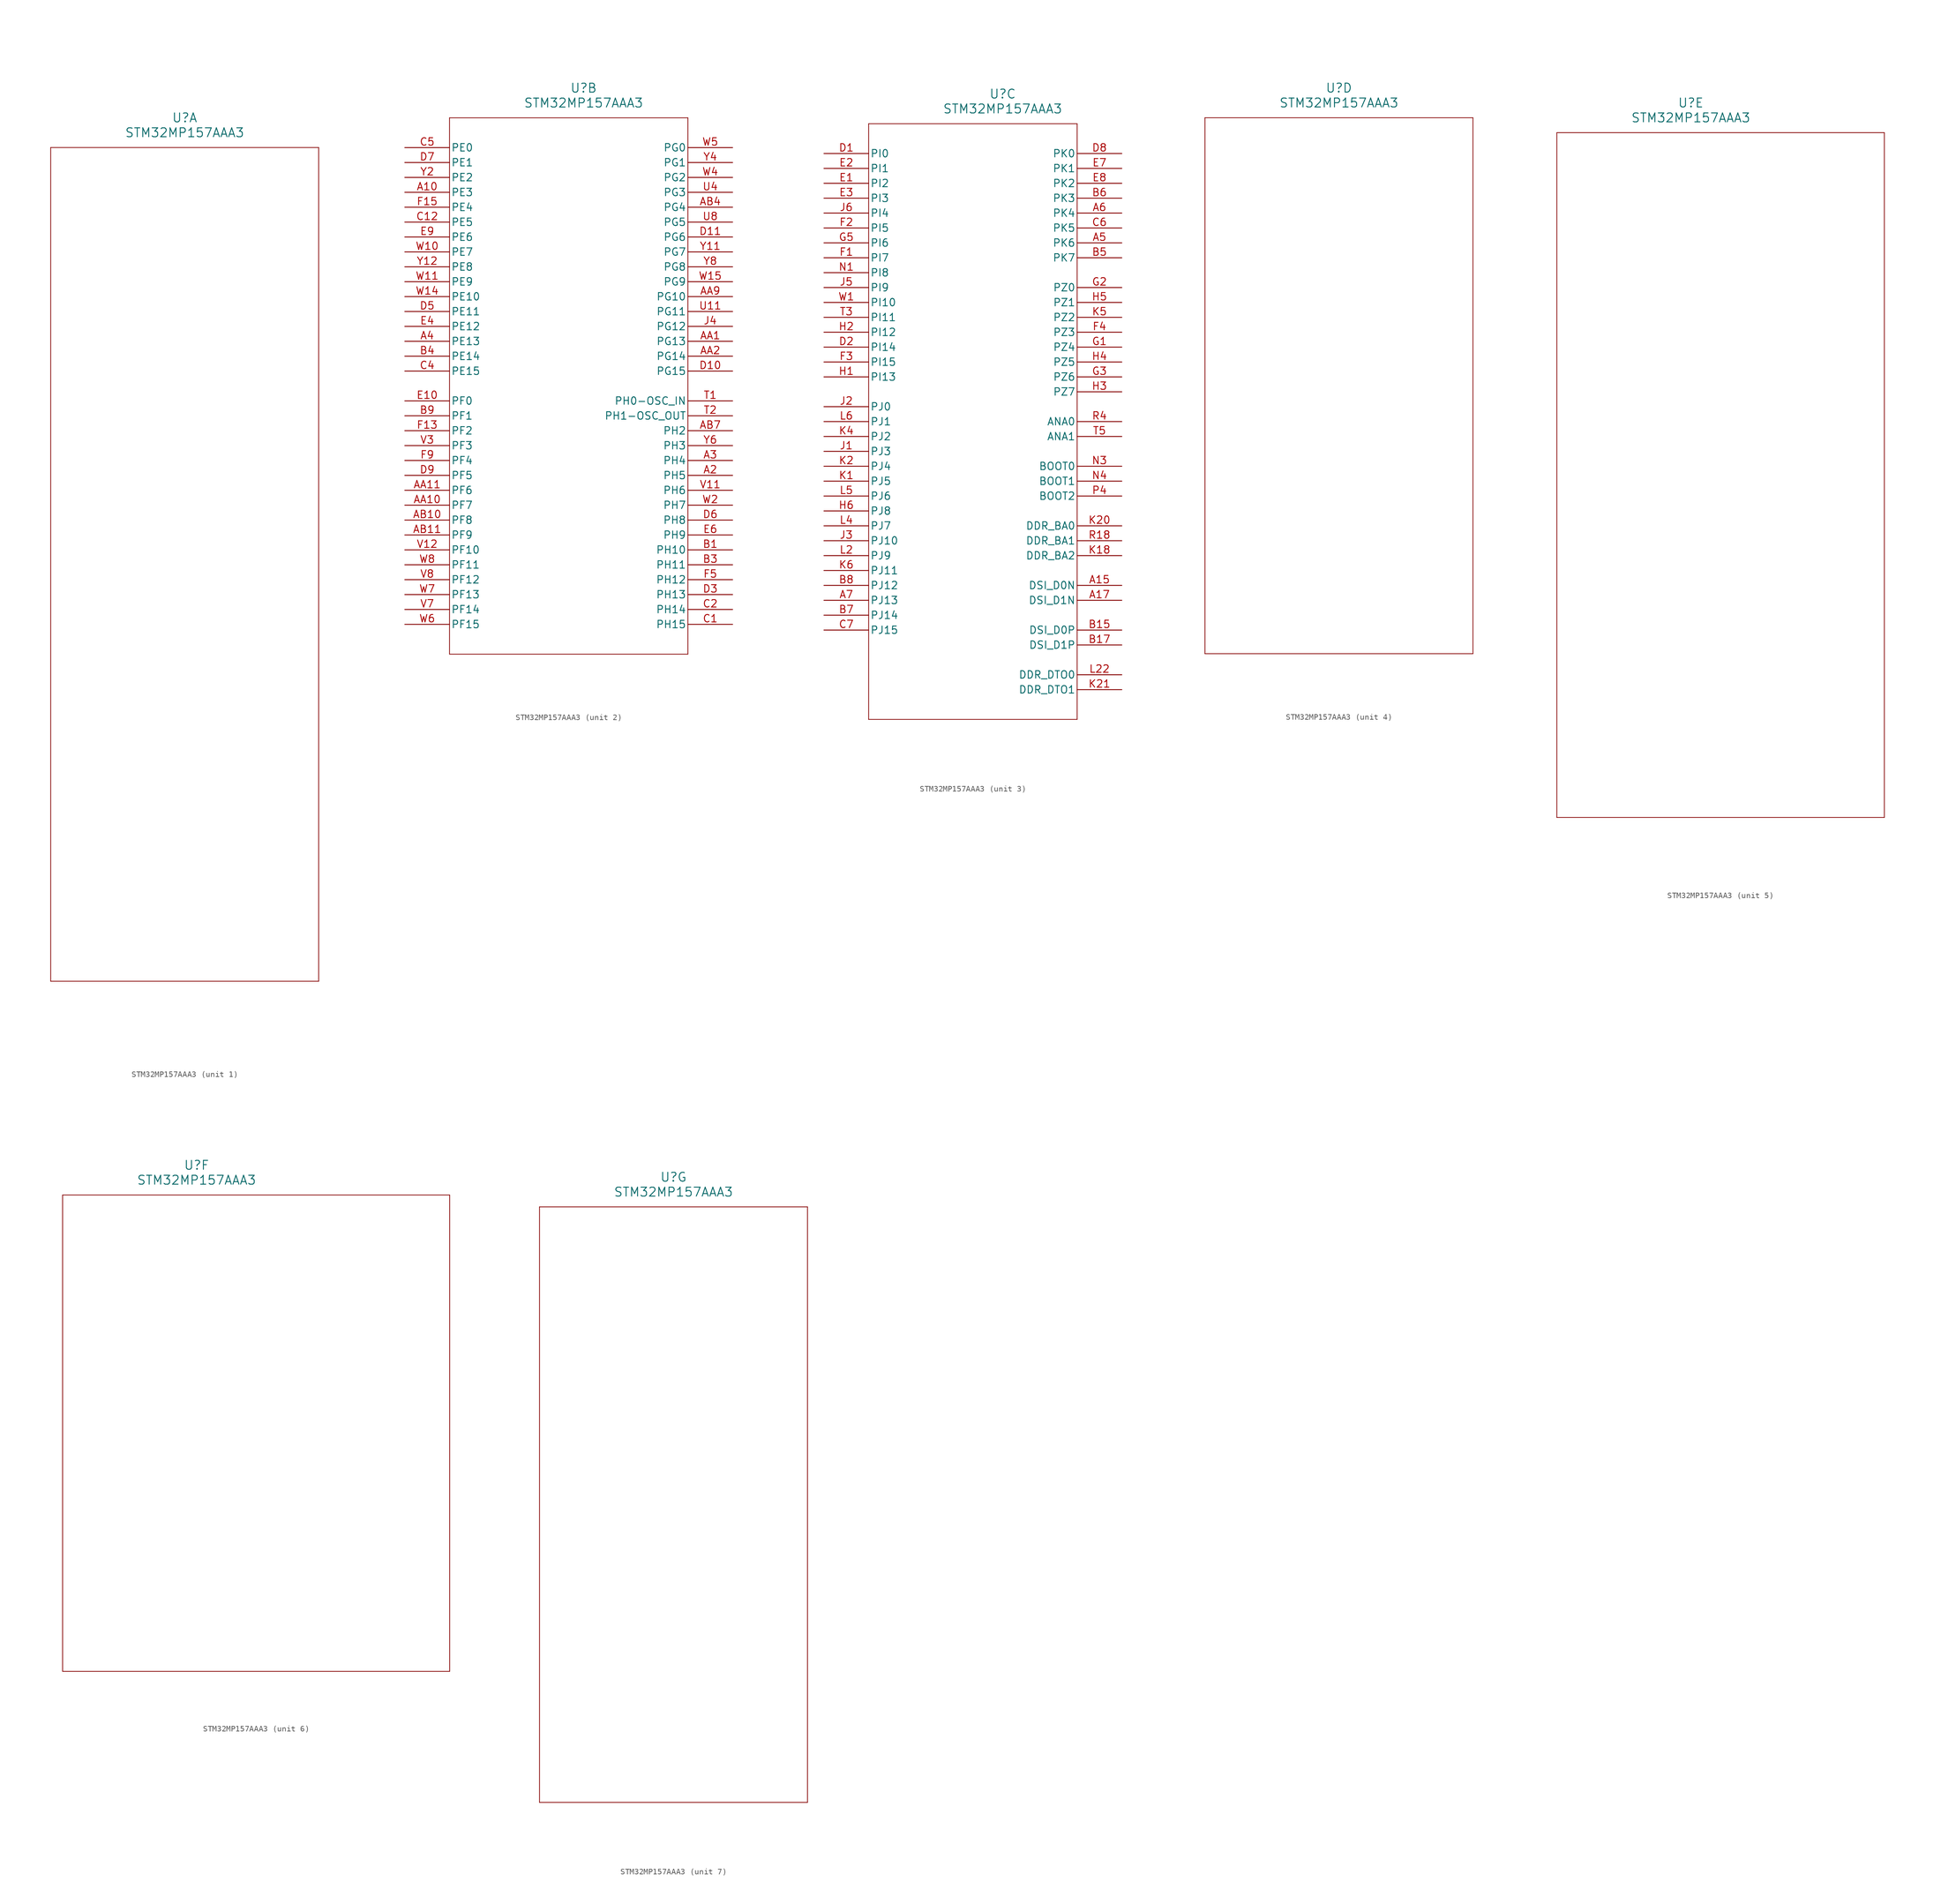
<source format=kicad_sym>
(kicad_symbol_lib
  (version 20211014)
  (generator kicad_symbol_editor)
  (symbol "STM32MP157AAA3"
    (pin_names
      (offset 0.254))
    (property "Reference" "U"
      (at 30.48 10.16 0)
      (effects (font (size 1.524 1.524))))
    (property "Value" "STM32MP157AAA3"
      (at 30.48 7.62 0)
      (effects (font (size 1.524 1.524))))
    (symbol "STM32MP157AAA3_1_1"
      (polyline (pts (xy 7.62 5.08) (xy 7.62 -137.16)) (stroke (width 0.127) (type default) (color 0 0 0 0)) (fill (type none)))
      (polyline (pts (xy 7.62 -137.16) (xy 53.34 -137.16)) (stroke (width 0.127) (type default) (color 0 0 0 0)) (fill (type none)))
      (polyline (pts (xy 53.34 -137.16) (xy 53.34 5.08)) (stroke (width 0.127) (type default) (color 0 0 0 0)) (fill (type none)))
      (polyline (pts (xy 53.34 5.08) (xy 7.62 5.08)) (stroke (width 0.127) (type default) (color 0 0 0 0)) (fill (type none))))
    (symbol "STM32MP157AAA3_2_1"
      (polyline (pts (xy 7.62 5.08) (xy 7.62 -86.36)) (stroke (width 0.127) (type default) (color 0 0 0 0)) (fill (type none)))
      (polyline (pts (xy 7.62 -86.36) (xy 48.26 -86.36)) (stroke (width 0.127) (type default) (color 0 0 0 0)) (fill (type none)))
      (polyline (pts (xy 48.26 -86.36) (xy 48.26 5.08)) (stroke (width 0.127) (type default) (color 0 0 0 0)) (fill (type none)))
      (polyline (pts (xy 48.26 5.08) (xy 7.62 5.08)) (stroke (width 0.127) (type default) (color 0 0 0 0)) (fill (type none)))
      (pin bidirectional line (at 55.88 -55.88 180) (length 7.62) (name "PH5" (effects (font (size 1.27 1.27)))) (number "A2" (effects (font (size 1.27 1.27)))))
      (pin bidirectional line (at 55.88 -53.34 180) (length 7.62) (name "PH4" (effects (font (size 1.27 1.27)))) (number "A3" (effects (font (size 1.27 1.27)))))
      (pin bidirectional line (at 0 -33.02 0) (length 7.62) (name "PE13" (effects (font (size 1.27 1.27)))) (number "A4" (effects (font (size 1.27 1.27)))))
      (pin bidirectional line (at 55.88 -68.58 180) (length 7.62) (name "PH10" (effects (font (size 1.27 1.27)))) (number "B1" (effects (font (size 1.27 1.27)))))
      (pin bidirectional line (at 55.88 -71.12 180) (length 7.62) (name "PH11" (effects (font (size 1.27 1.27)))) (number "B3" (effects (font (size 1.27 1.27)))))
      (pin bidirectional line (at 0 -35.56 0) (length 7.62) (name "PE14" (effects (font (size 1.27 1.27)))) (number "B4" (effects (font (size 1.27 1.27)))))
      (pin bidirectional line (at 0 -45.72 0) (length 7.62) (name "PF1" (effects (font (size 1.27 1.27)))) (number "B9" (effects (font (size 1.27 1.27)))))
      (pin bidirectional line (at 55.88 -81.28 180) (length 7.62) (name "PH15" (effects (font (size 1.27 1.27)))) (number "C1" (effects (font (size 1.27 1.27)))))
      (pin bidirectional line (at 55.88 -78.74 180) (length 7.62) (name "PH14" (effects (font (size 1.27 1.27)))) (number "C2" (effects (font (size 1.27 1.27)))))
      (pin bidirectional line (at 0 -38.1 0) (length 7.62) (name "PE15" (effects (font (size 1.27 1.27)))) (number "C4" (effects (font (size 1.27 1.27)))))
      (pin bidirectional line (at 0 0 0) (length 7.62) (name "PE0" (effects (font (size 1.27 1.27)))) (number "C5" (effects (font (size 1.27 1.27)))))
      (pin bidirectional line (at 55.88 -76.2 180) (length 7.62) (name "PH13" (effects (font (size 1.27 1.27)))) (number "D3" (effects (font (size 1.27 1.27)))))
      (pin bidirectional line (at 0 -27.94 0) (length 7.62) (name "PE11" (effects (font (size 1.27 1.27)))) (number "D5" (effects (font (size 1.27 1.27)))))
      (pin bidirectional line (at 55.88 -63.5 180) (length 7.62) (name "PH8" (effects (font (size 1.27 1.27)))) (number "D6" (effects (font (size 1.27 1.27)))))
      (pin bidirectional line (at 0 -2.54 0) (length 7.62) (name "PE1" (effects (font (size 1.27 1.27)))) (number "D7" (effects (font (size 1.27 1.27)))))
      (pin bidirectional line (at 0 -55.88 0) (length 7.62) (name "PF5" (effects (font (size 1.27 1.27)))) (number "D9" (effects (font (size 1.27 1.27)))))
      (pin bidirectional line (at 0 -30.48 0) (length 7.62) (name "PE12" (effects (font (size 1.27 1.27)))) (number "E4" (effects (font (size 1.27 1.27)))))
      (pin bidirectional line (at 55.88 -66.04 180) (length 7.62) (name "PH9" (effects (font (size 1.27 1.27)))) (number "E6" (effects (font (size 1.27 1.27)))))
      (pin bidirectional line (at 0 -15.24 0) (length 7.62) (name "PE6" (effects (font (size 1.27 1.27)))) (number "E9" (effects (font (size 1.27 1.27)))))
      (pin bidirectional line (at 55.88 -73.66 180) (length 7.62) (name "PH12" (effects (font (size 1.27 1.27)))) (number "F5" (effects (font (size 1.27 1.27)))))
      (pin bidirectional line (at 0 -53.34 0) (length 7.62) (name "PF4" (effects (font (size 1.27 1.27)))) (number "F9" (effects (font (size 1.27 1.27)))))
      (pin bidirectional line (at 55.88 -30.48 180) (length 7.62) (name "PG12" (effects (font (size 1.27 1.27)))) (number "J4" (effects (font (size 1.27 1.27)))))
      (pin bidirectional line (at 55.88 -43.18 180) (length 7.62) (name "PH0-OSC_IN" (effects (font (size 1.27 1.27)))) (number "T1" (effects (font (size 1.27 1.27)))))
      (pin bidirectional line (at 55.88 -45.72 180) (length 7.62) (name "PH1-OSC_OUT" (effects (font (size 1.27 1.27)))) (number "T2" (effects (font (size 1.27 1.27)))))
      (pin bidirectional line (at 55.88 -7.62 180) (length 7.62) (name "PG3" (effects (font (size 1.27 1.27)))) (number "U4" (effects (font (size 1.27 1.27)))))
      (pin bidirectional line (at 55.88 -12.7 180) (length 7.62) (name "PG5" (effects (font (size 1.27 1.27)))) (number "U8" (effects (font (size 1.27 1.27)))))
      (pin bidirectional line (at 0 -50.8 0) (length 7.62) (name "PF3" (effects (font (size 1.27 1.27)))) (number "V3" (effects (font (size 1.27 1.27)))))
      (pin bidirectional line (at 0 -78.74 0) (length 7.62) (name "PF14" (effects (font (size 1.27 1.27)))) (number "V7" (effects (font (size 1.27 1.27)))))
      (pin bidirectional line (at 0 -73.66 0) (length 7.62) (name "PF12" (effects (font (size 1.27 1.27)))) (number "V8" (effects (font (size 1.27 1.27)))))
      (pin bidirectional line (at 55.88 -60.96 180) (length 7.62) (name "PH7" (effects (font (size 1.27 1.27)))) (number "W2" (effects (font (size 1.27 1.27)))))
      (pin bidirectional line (at 55.88 -5.08 180) (length 7.62) (name "PG2" (effects (font (size 1.27 1.27)))) (number "W4" (effects (font (size 1.27 1.27)))))
      (pin bidirectional line (at 55.88 0 180) (length 7.62) (name "PG0" (effects (font (size 1.27 1.27)))) (number "W5" (effects (font (size 1.27 1.27)))))
      (pin bidirectional line (at 0 -81.28 0) (length 7.62) (name "PF15" (effects (font (size 1.27 1.27)))) (number "W6" (effects (font (size 1.27 1.27)))))
      (pin bidirectional line (at 0 -76.2 0) (length 7.62) (name "PF13" (effects (font (size 1.27 1.27)))) (number "W7" (effects (font (size 1.27 1.27)))))
      (pin bidirectional line (at 0 -71.12 0) (length 7.62) (name "PF11" (effects (font (size 1.27 1.27)))) (number "W8" (effects (font (size 1.27 1.27)))))
      (pin bidirectional line (at 0 -5.08 0) (length 7.62) (name "PE2" (effects (font (size 1.27 1.27)))) (number "Y2" (effects (font (size 1.27 1.27)))))
      (pin bidirectional line (at 55.88 -2.54 180) (length 7.62) (name "PG1" (effects (font (size 1.27 1.27)))) (number "Y4" (effects (font (size 1.27 1.27)))))
      (pin bidirectional line (at 55.88 -50.8 180) (length 7.62) (name "PH3" (effects (font (size 1.27 1.27)))) (number "Y6" (effects (font (size 1.27 1.27)))))
      (pin bidirectional line (at 55.88 -20.32 180) (length 7.62) (name "PG8" (effects (font (size 1.27 1.27)))) (number "Y8" (effects (font (size 1.27 1.27)))))
      (pin bidirectional line (at 0 -7.62 0) (length 7.62) (name "PE3" (effects (font (size 1.27 1.27)))) (number "A10" (effects (font (size 1.27 1.27)))))
      (pin bidirectional line (at 55.88 -33.02 180) (length 7.62) (name "PG13" (effects (font (size 1.27 1.27)))) (number "AA1" (effects (font (size 1.27 1.27)))))
      (pin bidirectional line (at 55.88 -35.56 180) (length 7.62) (name "PG14" (effects (font (size 1.27 1.27)))) (number "AA2" (effects (font (size 1.27 1.27)))))
      (pin bidirectional line (at 55.88 -25.4 180) (length 7.62) (name "PG10" (effects (font (size 1.27 1.27)))) (number "AA9" (effects (font (size 1.27 1.27)))))
      (pin bidirectional line (at 55.88 -10.16 180) (length 7.62) (name "PG4" (effects (font (size 1.27 1.27)))) (number "AB4" (effects (font (size 1.27 1.27)))))
      (pin bidirectional line (at 55.88 -48.26 180) (length 7.62) (name "PH2" (effects (font (size 1.27 1.27)))) (number "AB7" (effects (font (size 1.27 1.27)))))
      (pin bidirectional line (at 0 -12.7 0) (length 7.62) (name "PE5" (effects (font (size 1.27 1.27)))) (number "C12" (effects (font (size 1.27 1.27)))))
      (pin bidirectional line (at 55.88 -38.1 180) (length 7.62) (name "PG15" (effects (font (size 1.27 1.27)))) (number "D10" (effects (font (size 1.27 1.27)))))
      (pin bidirectional line (at 55.88 -15.24 180) (length 7.62) (name "PG6" (effects (font (size 1.27 1.27)))) (number "D11" (effects (font (size 1.27 1.27)))))
      (pin bidirectional line (at 0 -43.18 0) (length 7.62) (name "PF0" (effects (font (size 1.27 1.27)))) (number "E10" (effects (font (size 1.27 1.27)))))
      (pin bidirectional line (at 0 -48.26 0) (length 7.62) (name "PF2" (effects (font (size 1.27 1.27)))) (number "F13" (effects (font (size 1.27 1.27)))))
      (pin bidirectional line (at 0 -10.16 0) (length 7.62) (name "PE4" (effects (font (size 1.27 1.27)))) (number "F15" (effects (font (size 1.27 1.27)))))
      (pin bidirectional line (at 55.88 -27.94 180) (length 7.62) (name "PG11" (effects (font (size 1.27 1.27)))) (number "U11" (effects (font (size 1.27 1.27)))))
      (pin bidirectional line (at 55.88 -58.42 180) (length 7.62) (name "PH6" (effects (font (size 1.27 1.27)))) (number "V11" (effects (font (size 1.27 1.27)))))
      (pin bidirectional line (at 0 -68.58 0) (length 7.62) (name "PF10" (effects (font (size 1.27 1.27)))) (number "V12" (effects (font (size 1.27 1.27)))))
      (pin bidirectional line (at 0 -17.78 0) (length 7.62) (name "PE7" (effects (font (size 1.27 1.27)))) (number "W10" (effects (font (size 1.27 1.27)))))
      (pin bidirectional line (at 0 -22.86 0) (length 7.62) (name "PE9" (effects (font (size 1.27 1.27)))) (number "W11" (effects (font (size 1.27 1.27)))))
      (pin bidirectional line (at 0 -25.4 0) (length 7.62) (name "PE10" (effects (font (size 1.27 1.27)))) (number "W14" (effects (font (size 1.27 1.27)))))
      (pin bidirectional line (at 55.88 -22.86 180) (length 7.62) (name "PG9" (effects (font (size 1.27 1.27)))) (number "W15" (effects (font (size 1.27 1.27)))))
      (pin bidirectional line (at 55.88 -17.78 180) (length 7.62) (name "PG7" (effects (font (size 1.27 1.27)))) (number "Y11" (effects (font (size 1.27 1.27)))))
      (pin bidirectional line (at 0 -20.32 0) (length 7.62) (name "PE8" (effects (font (size 1.27 1.27)))) (number "Y12" (effects (font (size 1.27 1.27)))))
      (pin bidirectional line (at 0 -60.96 0) (length 7.62) (name "PF7" (effects (font (size 1.27 1.27)))) (number "AA10" (effects (font (size 1.27 1.27)))))
      (pin bidirectional line (at 0 -58.42 0) (length 7.62) (name "PF6" (effects (font (size 1.27 1.27)))) (number "AA11" (effects (font (size 1.27 1.27)))))
      (pin bidirectional line (at 0 -63.5 0) (length 7.62) (name "PF8" (effects (font (size 1.27 1.27)))) (number "AB10" (effects (font (size 1.27 1.27)))))
      (pin bidirectional line (at 0 -66.04 0) (length 7.62) (name "PF9" (effects (font (size 1.27 1.27)))) (number "AB11" (effects (font (size 1.27 1.27))))))
    (symbol "STM32MP157AAA3_3_1"
      (polyline (pts (xy 7.62 5.08) (xy 7.62 -96.52)) (stroke (width 0.127) (type default) (color 0 0 0 0)) (fill (type none)))
      (polyline (pts (xy 7.62 -96.52) (xy 43.18 -96.52)) (stroke (width 0.127) (type default) (color 0 0 0 0)) (fill (type none)))
      (polyline (pts (xy 43.18 -96.52) (xy 43.18 5.08)) (stroke (width 0.127) (type default) (color 0 0 0 0)) (fill (type none)))
      (polyline (pts (xy 43.18 5.08) (xy 7.62 5.08)) (stroke (width 0.127) (type default) (color 0 0 0 0)) (fill (type none)))
      (pin bidirectional line (at 50.8 -15.24 180) (length 7.62) (name "PK6" (effects (font (size 1.27 1.27)))) (number "A5" (effects (font (size 1.27 1.27)))))
      (pin bidirectional line (at 50.8 -10.16 180) (length 7.62) (name "PK4" (effects (font (size 1.27 1.27)))) (number "A6" (effects (font (size 1.27 1.27)))))
      (pin bidirectional line (at 0 -76.2 0) (length 7.62) (name "PJ13" (effects (font (size 1.27 1.27)))) (number "A7" (effects (font (size 1.27 1.27)))))
      (pin bidirectional line (at 50.8 -17.78 180) (length 7.62) (name "PK7" (effects (font (size 1.27 1.27)))) (number "B5" (effects (font (size 1.27 1.27)))))
      (pin bidirectional line (at 50.8 -7.62 180) (length 7.62) (name "PK3" (effects (font (size 1.27 1.27)))) (number "B6" (effects (font (size 1.27 1.27)))))
      (pin bidirectional line (at 0 -78.74 0) (length 7.62) (name "PJ14" (effects (font (size 1.27 1.27)))) (number "B7" (effects (font (size 1.27 1.27)))))
      (pin bidirectional line (at 0 -73.66 0) (length 7.62) (name "PJ12" (effects (font (size 1.27 1.27)))) (number "B8" (effects (font (size 1.27 1.27)))))
      (pin bidirectional line (at 50.8 -12.7 180) (length 7.62) (name "PK5" (effects (font (size 1.27 1.27)))) (number "C6" (effects (font (size 1.27 1.27)))))
      (pin bidirectional line (at 0 -81.28 0) (length 7.62) (name "PJ15" (effects (font (size 1.27 1.27)))) (number "C7" (effects (font (size 1.27 1.27)))))
      (pin bidirectional line (at 0 0 0) (length 7.62) (name "PI0" (effects (font (size 1.27 1.27)))) (number "D1" (effects (font (size 1.27 1.27)))))
      (pin bidirectional line (at 0 -33.02 0) (length 7.62) (name "PI14" (effects (font (size 1.27 1.27)))) (number "D2" (effects (font (size 1.27 1.27)))))
      (pin bidirectional line (at 50.8 0 180) (length 7.62) (name "PK0" (effects (font (size 1.27 1.27)))) (number "D8" (effects (font (size 1.27 1.27)))))
      (pin bidirectional line (at 0 -5.08 0) (length 7.62) (name "PI2" (effects (font (size 1.27 1.27)))) (number "E1" (effects (font (size 1.27 1.27)))))
      (pin bidirectional line (at 0 -2.54 0) (length 7.62) (name "PI1" (effects (font (size 1.27 1.27)))) (number "E2" (effects (font (size 1.27 1.27)))))
      (pin bidirectional line (at 0 -7.62 0) (length 7.62) (name "PI3" (effects (font (size 1.27 1.27)))) (number "E3" (effects (font (size 1.27 1.27)))))
      (pin bidirectional line (at 50.8 -2.54 180) (length 7.62) (name "PK1" (effects (font (size 1.27 1.27)))) (number "E7" (effects (font (size 1.27 1.27)))))
      (pin bidirectional line (at 50.8 -5.08 180) (length 7.62) (name "PK2" (effects (font (size 1.27 1.27)))) (number "E8" (effects (font (size 1.27 1.27)))))
      (pin bidirectional line (at 0 -17.78 0) (length 7.62) (name "PI7" (effects (font (size 1.27 1.27)))) (number "F1" (effects (font (size 1.27 1.27)))))
      (pin bidirectional line (at 0 -12.7 0) (length 7.62) (name "PI5" (effects (font (size 1.27 1.27)))) (number "F2" (effects (font (size 1.27 1.27)))))
      (pin bidirectional line (at 0 -35.56 0) (length 7.62) (name "PI15" (effects (font (size 1.27 1.27)))) (number "F3" (effects (font (size 1.27 1.27)))))
      (pin bidirectional line (at 50.8 -30.48 180) (length 7.62) (name "PZ3" (effects (font (size 1.27 1.27)))) (number "F4" (effects (font (size 1.27 1.27)))))
      (pin bidirectional line (at 50.8 -33.02 180) (length 7.62) (name "PZ4" (effects (font (size 1.27 1.27)))) (number "G1" (effects (font (size 1.27 1.27)))))
      (pin bidirectional line (at 50.8 -22.86 180) (length 7.62) (name "PZ0" (effects (font (size 1.27 1.27)))) (number "G2" (effects (font (size 1.27 1.27)))))
      (pin bidirectional line (at 50.8 -38.1 180) (length 7.62) (name "PZ6" (effects (font (size 1.27 1.27)))) (number "G3" (effects (font (size 1.27 1.27)))))
      (pin bidirectional line (at 0 -15.24 0) (length 7.62) (name "PI6" (effects (font (size 1.27 1.27)))) (number "G5" (effects (font (size 1.27 1.27)))))
      (pin bidirectional line (at 0 -38.1 0) (length 7.62) (name "PI13" (effects (font (size 1.27 1.27)))) (number "H1" (effects (font (size 1.27 1.27)))))
      (pin bidirectional line (at 0 -30.48 0) (length 7.62) (name "PI12" (effects (font (size 1.27 1.27)))) (number "H2" (effects (font (size 1.27 1.27)))))
      (pin bidirectional line (at 50.8 -40.64 180) (length 7.62) (name "PZ7" (effects (font (size 1.27 1.27)))) (number "H3" (effects (font (size 1.27 1.27)))))
      (pin bidirectional line (at 50.8 -35.56 180) (length 7.62) (name "PZ5" (effects (font (size 1.27 1.27)))) (number "H4" (effects (font (size 1.27 1.27)))))
      (pin bidirectional line (at 50.8 -25.4 180) (length 7.62) (name "PZ1" (effects (font (size 1.27 1.27)))) (number "H5" (effects (font (size 1.27 1.27)))))
      (pin bidirectional line (at 0 -60.96 0) (length 7.62) (name "PJ8" (effects (font (size 1.27 1.27)))) (number "H6" (effects (font (size 1.27 1.27)))))
      (pin bidirectional line (at 0 -50.8 0) (length 7.62) (name "PJ3" (effects (font (size 1.27 1.27)))) (number "J1" (effects (font (size 1.27 1.27)))))
      (pin bidirectional line (at 0 -43.18 0) (length 7.62) (name "PJ0" (effects (font (size 1.27 1.27)))) (number "J2" (effects (font (size 1.27 1.27)))))
      (pin bidirectional line (at 0 -66.04 0) (length 7.62) (name "PJ10" (effects (font (size 1.27 1.27)))) (number "J3" (effects (font (size 1.27 1.27)))))
      (pin bidirectional line (at 0 -22.86 0) (length 7.62) (name "PI9" (effects (font (size 1.27 1.27)))) (number "J5" (effects (font (size 1.27 1.27)))))
      (pin bidirectional line (at 0 -10.16 0) (length 7.62) (name "PI4" (effects (font (size 1.27 1.27)))) (number "J6" (effects (font (size 1.27 1.27)))))
      (pin bidirectional line (at 0 -55.88 0) (length 7.62) (name "PJ5" (effects (font (size 1.27 1.27)))) (number "K1" (effects (font (size 1.27 1.27)))))
      (pin bidirectional line (at 0 -53.34 0) (length 7.62) (name "PJ4" (effects (font (size 1.27 1.27)))) (number "K2" (effects (font (size 1.27 1.27)))))
      (pin bidirectional line (at 0 -48.26 0) (length 7.62) (name "PJ2" (effects (font (size 1.27 1.27)))) (number "K4" (effects (font (size 1.27 1.27)))))
      (pin bidirectional line (at 50.8 -27.94 180) (length 7.62) (name "PZ2" (effects (font (size 1.27 1.27)))) (number "K5" (effects (font (size 1.27 1.27)))))
      (pin bidirectional line (at 0 -71.12 0) (length 7.62) (name "PJ11" (effects (font (size 1.27 1.27)))) (number "K6" (effects (font (size 1.27 1.27)))))
      (pin bidirectional line (at 0 -68.58 0) (length 7.62) (name "PJ9" (effects (font (size 1.27 1.27)))) (number "L2" (effects (font (size 1.27 1.27)))))
      (pin bidirectional line (at 0 -63.5 0) (length 7.62) (name "PJ7" (effects (font (size 1.27 1.27)))) (number "L4" (effects (font (size 1.27 1.27)))))
      (pin bidirectional line (at 0 -58.42 0) (length 7.62) (name "PJ6" (effects (font (size 1.27 1.27)))) (number "L5" (effects (font (size 1.27 1.27)))))
      (pin bidirectional line (at 0 -45.72 0) (length 7.62) (name "PJ1" (effects (font (size 1.27 1.27)))) (number "L6" (effects (font (size 1.27 1.27)))))
      (pin bidirectional line (at 0 -20.32 0) (length 7.62) (name "PI8" (effects (font (size 1.27 1.27)))) (number "N1" (effects (font (size 1.27 1.27)))))
      (pin input line (at 50.8 -53.34 180) (length 7.62) (name "BOOT0" (effects (font (size 1.27 1.27)))) (number "N3" (effects (font (size 1.27 1.27)))))
      (pin input line (at 50.8 -55.88 180) (length 7.62) (name "BOOT1" (effects (font (size 1.27 1.27)))) (number "N4" (effects (font (size 1.27 1.27)))))
      (pin input line (at 50.8 -58.42 180) (length 7.62) (name "BOOT2" (effects (font (size 1.27 1.27)))) (number "P4" (effects (font (size 1.27 1.27)))))
      (pin unspecified line (at 50.8 -45.72 180) (length 7.62) (name "ANA0" (effects (font (size 1.27 1.27)))) (number "R4" (effects (font (size 1.27 1.27)))))
      (pin bidirectional line (at 0 -27.94 0) (length 7.62) (name "PI11" (effects (font (size 1.27 1.27)))) (number "T3" (effects (font (size 1.27 1.27)))))
      (pin unspecified line (at 50.8 -48.26 180) (length 7.62) (name "ANA1" (effects (font (size 1.27 1.27)))) (number "T5" (effects (font (size 1.27 1.27)))))
      (pin bidirectional line (at 0 -25.4 0) (length 7.62) (name "PI10" (effects (font (size 1.27 1.27)))) (number "W1" (effects (font (size 1.27 1.27)))))
      (pin unspecified line (at 50.8 -73.66 180) (length 7.62) (name "DSI_D0N" (effects (font (size 1.27 1.27)))) (number "A15" (effects (font (size 1.27 1.27)))))
      (pin unspecified line (at 50.8 -76.2 180) (length 7.62) (name "DSI_D1N" (effects (font (size 1.27 1.27)))) (number "A17" (effects (font (size 1.27 1.27)))))
      (pin unspecified line (at 50.8 -81.28 180) (length 7.62) (name "DSI_D0P" (effects (font (size 1.27 1.27)))) (number "B15" (effects (font (size 1.27 1.27)))))
      (pin unspecified line (at 50.8 -83.82 180) (length 7.62) (name "DSI_D1P" (effects (font (size 1.27 1.27)))) (number "B17" (effects (font (size 1.27 1.27)))))
      (pin output line (at 50.8 -68.58 180) (length 7.62) (name "DDR_BA2" (effects (font (size 1.27 1.27)))) (number "K18" (effects (font (size 1.27 1.27)))))
      (pin output line (at 50.8 -63.5 180) (length 7.62) (name "DDR_BA0" (effects (font (size 1.27 1.27)))) (number "K20" (effects (font (size 1.27 1.27)))))
      (pin output line (at 50.8 -91.44 180) (length 7.62) (name "DDR_DTO1" (effects (font (size 1.27 1.27)))) (number "K21" (effects (font (size 1.27 1.27)))))
      (pin output line (at 50.8 -88.9 180) (length 7.62) (name "DDR_DTO0" (effects (font (size 1.27 1.27)))) (number "L22" (effects (font (size 1.27 1.27)))))
      (pin input line (at 50.8 -66.04 180) (length 7.62) (name "DDR_BA1" (effects (font (size 1.27 1.27)))) (number "R18" (effects (font (size 1.27 1.27))))))
    (symbol "STM32MP157AAA3_4_1"
      (polyline (pts (xy 7.62 5.08) (xy 7.62 -86.36)) (stroke (width 0.127) (type default) (color 0 0 0 0)) (fill (type none)))
      (polyline (pts (xy 7.62 -86.36) (xy 53.34 -86.36)) (stroke (width 0.127) (type default) (color 0 0 0 0)) (fill (type none)))
      (polyline (pts (xy 53.34 -86.36) (xy 53.34 5.08)) (stroke (width 0.127) (type default) (color 0 0 0 0)) (fill (type none)))
      (polyline (pts (xy 53.34 5.08) (xy 7.62 5.08)) (stroke (width 0.127) (type default) (color 0 0 0 0)) (fill (type none))))
    (symbol "STM32MP157AAA3_5_1"
      (polyline (pts (xy 7.62 5.08) (xy 7.62 -111.76)) (stroke (width 0.127) (type default) (color 0 0 0 0)) (fill (type none)))
      (polyline (pts (xy 7.62 -111.76) (xy 63.5 -111.76)) (stroke (width 0.127) (type default) (color 0 0 0 0)) (fill (type none)))
      (polyline (pts (xy 63.5 -111.76) (xy 63.5 5.08)) (stroke (width 0.127) (type default) (color 0 0 0 0)) (fill (type none)))
      (polyline (pts (xy 63.5 5.08) (xy 7.62 5.08)) (stroke (width 0.127) (type default) (color 0 0 0 0)) (fill (type none))))
    (symbol "STM32MP157AAA3_6_1"
      (polyline (pts (xy 7.62 5.08) (xy 7.62 -76.2)) (stroke (width 0.127) (type default) (color 0 0 0 0)) (fill (type none)))
      (polyline (pts (xy 7.62 -76.2) (xy 73.66 -76.2)) (stroke (width 0.127) (type default) (color 0 0 0 0)) (fill (type none)))
      (polyline (pts (xy 73.66 -76.2) (xy 73.66 5.08)) (stroke (width 0.127) (type default) (color 0 0 0 0)) (fill (type none)))
      (polyline (pts (xy 73.66 5.08) (xy 7.62 5.08)) (stroke (width 0.127) (type default) (color 0 0 0 0)) (fill (type none))))
    (symbol "STM32MP157AAA3_7_1"
      (polyline (pts (xy 7.62 5.08) (xy 7.62 -96.52)) (stroke (width 0.127) (type default) (color 0 0 0 0)) (fill (type none)))
      (polyline (pts (xy 7.62 -96.52) (xy 53.34 -96.52)) (stroke (width 0.127) (type default) (color 0 0 0 0)) (fill (type none)))
      (polyline (pts (xy 53.34 -96.52) (xy 53.34 5.08)) (stroke (width 0.127) (type default) (color 0 0 0 0)) (fill (type none)))
      (polyline (pts (xy 53.34 5.08) (xy 7.62 5.08)) (stroke (width 0.127) (type default) (color 0 0 0 0)) (fill (type none))))))
</source>
